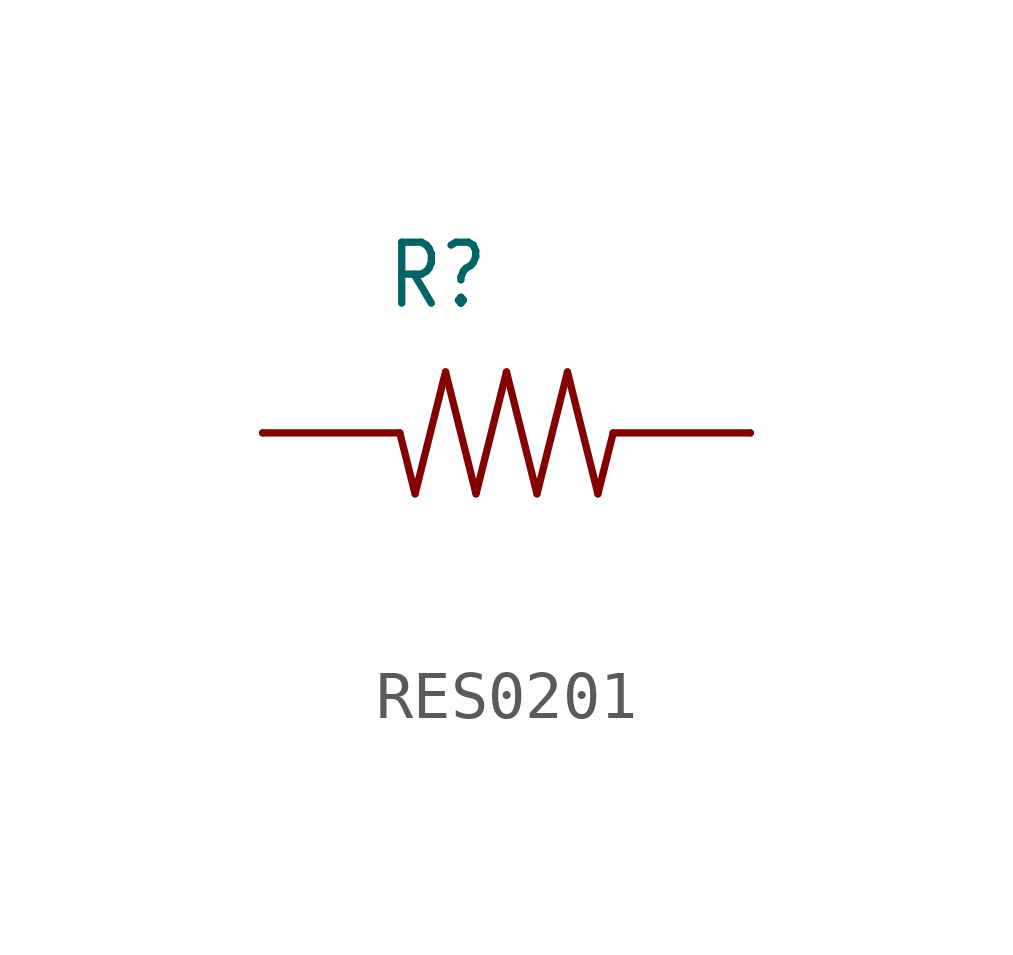
<source format=kicad_sym>
(kicad_symbol_lib
  (version 20231120)
  (generator "kicad_symbol_editor")
  (generator_version "8.0")
  (symbol "RES0201"
    (property "Reference" "R"
      (at -2.54 2.54 0)
      (effects (font (size 1.27 1.079)) (justify left bottom)))
    (property "Value" ""
      (at -2.54 -3.81 0)
      (effects (font (size 1.27 1.079)) (justify left bottom)))
    (property "ki_locked" ""
      (at 0 0 0)
      (effects (font (size 1.27 1.27))))
    (symbol "RES0201_1_0"
      (polyline (pts (xy -2.223 0) (xy -5.08 0)) (stroke (width 0.152) (type solid)) (fill (type none)))
      (polyline (pts (xy -1.905 -1.27) (xy -2.223 0)) (stroke (width 0.152) (type solid)) (fill (type none)))
      (polyline (pts (xy -1.905 -1.27) (xy -1.27 1.27)) (stroke (width 0.152) (type solid)) (fill (type none)))
      (polyline (pts (xy -0.635 -1.27) (xy -1.27 1.27)) (stroke (width 0.152) (type solid)) (fill (type none)))
      (polyline (pts (xy -0.635 -1.27) (xy 0 1.27)) (stroke (width 0.152) (type solid)) (fill (type none)))
      (polyline (pts (xy 0 1.27) (xy 0.635 -1.27)) (stroke (width 0.152) (type solid)) (fill (type none)))
      (polyline (pts (xy 0.635 -1.27) (xy 1.27 1.27)) (stroke (width 0.152) (type solid)) (fill (type none)))
      (polyline (pts (xy 1.27 1.27) (xy 1.905 -1.27)) (stroke (width 0.152) (type solid)) (fill (type none)))
      (polyline (pts (xy 1.905 -1.27) (xy 2.223 0)) (stroke (width 0.152) (type solid)) (fill (type none)))
      (polyline (pts (xy 2.223 0) (xy 5.08 0)) (stroke (width 0.152) (type solid)) (fill (type none)))
      (pin passive line (at -5.08 0 0) (length 0) (name "P$1" (effects (font (size 0 0)))) (number "P$1" (effects (font (size 0 0)))))
      (pin passive line (at 5.08 0 180) (length 0) (name "P$2" (effects (font (size 0 0)))) (number "P$2" (effects (font (size 0 0))))))))
</source>
